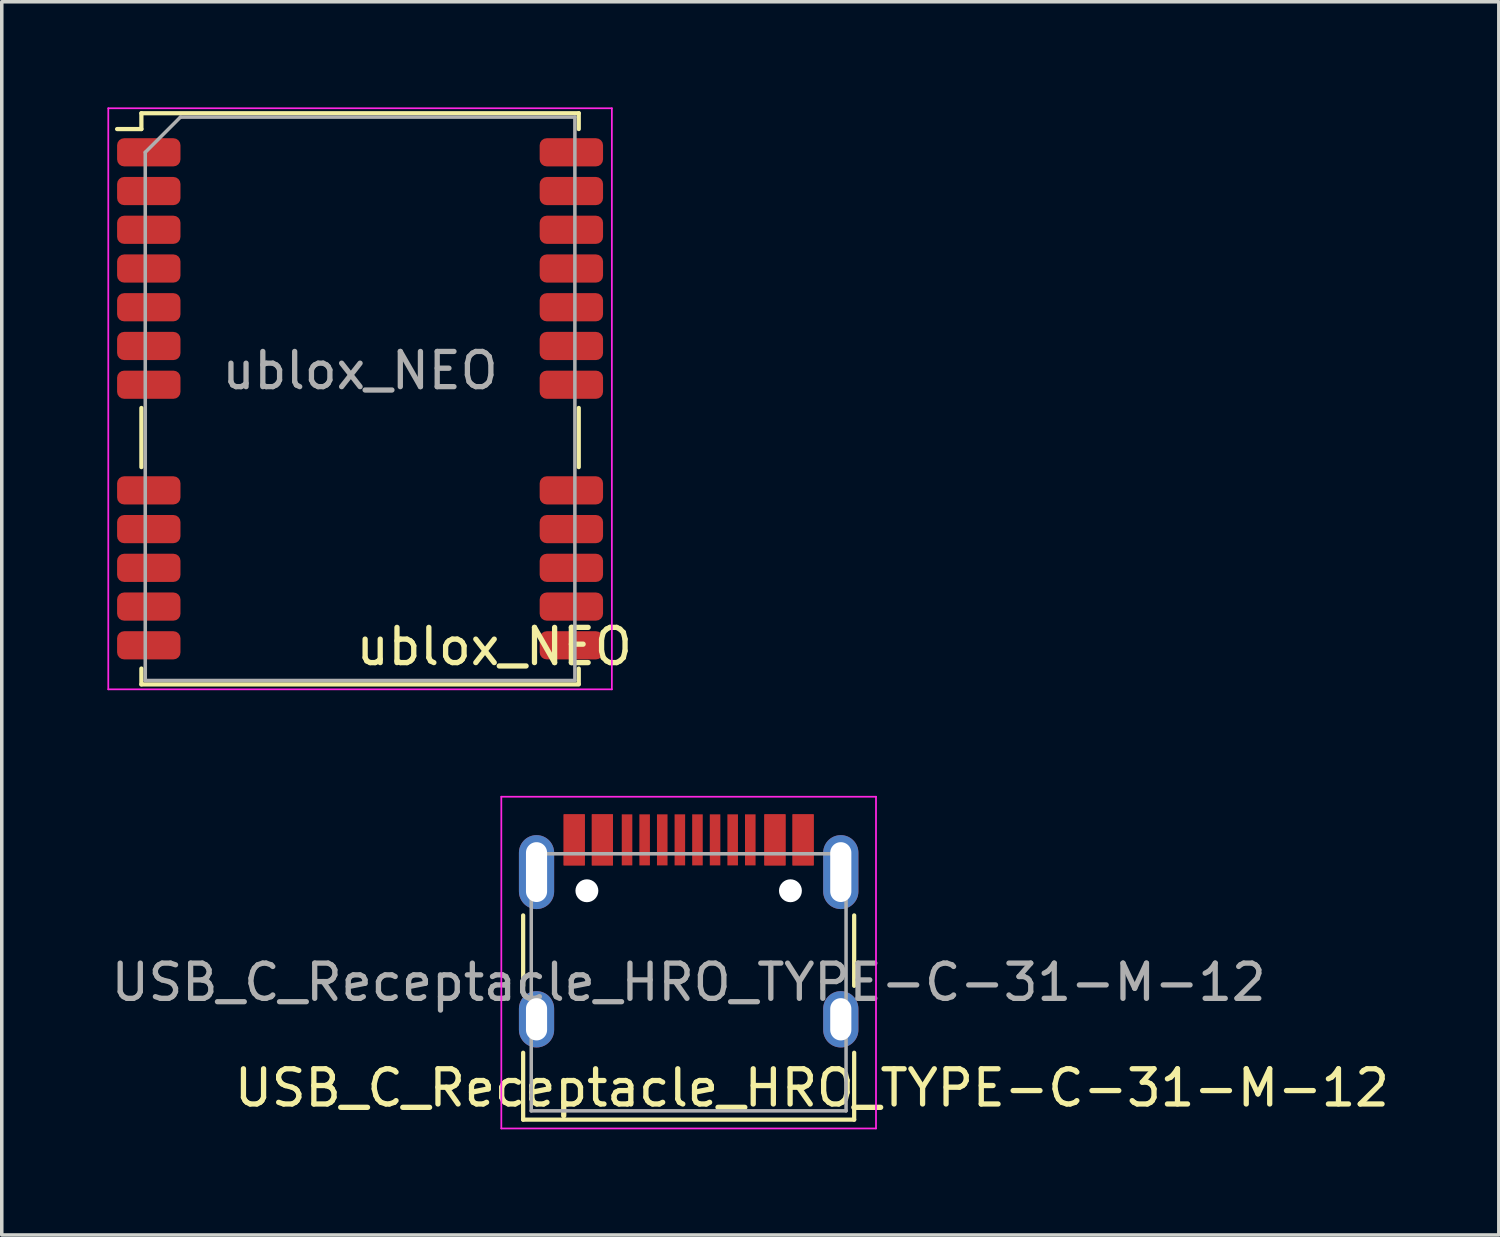
<source format=kicad_pcb>
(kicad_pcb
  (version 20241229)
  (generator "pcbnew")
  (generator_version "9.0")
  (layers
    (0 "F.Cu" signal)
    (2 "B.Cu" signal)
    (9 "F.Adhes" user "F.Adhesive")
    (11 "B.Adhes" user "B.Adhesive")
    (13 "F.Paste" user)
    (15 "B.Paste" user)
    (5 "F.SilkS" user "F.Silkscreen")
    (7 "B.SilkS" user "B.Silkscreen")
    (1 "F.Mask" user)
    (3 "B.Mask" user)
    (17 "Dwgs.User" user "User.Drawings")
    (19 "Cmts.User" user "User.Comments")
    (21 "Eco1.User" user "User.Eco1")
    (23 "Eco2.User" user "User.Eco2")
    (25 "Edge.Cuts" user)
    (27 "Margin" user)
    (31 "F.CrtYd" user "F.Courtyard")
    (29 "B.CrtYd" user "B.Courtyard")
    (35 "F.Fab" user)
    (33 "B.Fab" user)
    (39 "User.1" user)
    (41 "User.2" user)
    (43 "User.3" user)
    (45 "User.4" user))
  (footprint "ublox_NEO"
    (layer "F.Cu")
    (at 7.175 8.275)
    (property "Reference" "ublox_NEO" (at 3.81 7.036 0) (layer "F.SilkS") (effects (font (size 1 1) (thickness 0.15))))
    (attr smd)
    (fp_line (start -6.9 -7.66) (end -6.21 -7.66) (stroke (width 0.12) (type solid)) (layer "F.SilkS"))
    (fp_line (start -6.21 -8.11) (end -6.21 -7.66) (stroke (width 0.12) (type solid)) (layer "F.SilkS"))
    (fp_line (start -6.21 -8.11) (end 6.21 -8.11) (stroke (width 0.12) (type solid)) (layer "F.SilkS"))
    (fp_line (start -6.21 0.26) (end -6.21 1.94) (stroke (width 0.12) (type solid)) (layer "F.SilkS"))
    (fp_line (start -6.21 7.66) (end -6.21 8.11) (stroke (width 0.12) (type solid)) (layer "F.SilkS"))
    (fp_line (start -6.21 8.11) (end 6.21 8.11) (stroke (width 0.12) (type solid)) (layer "F.SilkS"))
    (fp_line (start 6.21 -8.11) (end 6.21 -7.66) (stroke (width 0.12) (type solid)) (layer "F.SilkS"))
    (fp_line (start 6.21 0.26) (end 6.21 1.94) (stroke (width 0.12) (type solid)) (layer "F.SilkS"))
    (fp_line (start 6.21 7.66) (end 6.21 8.1) (stroke (width 0.12) (type solid)) (layer "F.SilkS"))
    (fp_line (start -7.15 -8.25) (end -7.15 8.25) (stroke (width 0.05) (type solid)) (layer "F.CrtYd"))
    (fp_line (start -7.15 -8.25) (end 7.15 -8.25) (stroke (width 0.05) (type solid)) (layer "F.CrtYd"))
    (fp_line (start -7.15 8.25) (end 7.15 8.25) (stroke (width 0.05) (type solid)) (layer "F.CrtYd"))
    (fp_line (start 7.15 -8.25) (end 7.15 8.25) (stroke (width 0.05) (type solid)) (layer "F.CrtYd"))
    (fp_line (start -6.1 -7) (end -6.1 8) (stroke (width 0.1) (type solid)) (layer "F.Fab"))
    (fp_line (start -6.1 8) (end 6.1 8) (stroke (width 0.1) (type solid)) (layer "F.Fab"))
    (fp_line (start -5.1 -8) (end -6.1 -7) (stroke (width 0.1) (type solid)) (layer "F.Fab"))
    (fp_line (start -5.1 -8) (end 6.1 -8) (stroke (width 0.1) (type solid)) (layer "F.Fab"))
    (fp_line (start 6.1 -8) (end 6.1 8) (stroke (width 0.1) (type solid)) (layer "F.Fab"))
    (fp_text user "${REFERENCE}" (at 0 -0.8 0) (layer "F.Fab") (effects (font (size 1 1) (thickness 0.15))))
    (pad "1" smd roundrect (at -6 -7) (size 1.8 0.8) (layers "F.Cu" "F.Mask" "F.Paste") (roundrect_rratio 0.25))
    (pad "2" smd roundrect (at -6 -5.9) (size 1.8 0.8) (layers "F.Cu" "F.Mask" "F.Paste") (roundrect_rratio 0.25))
    (pad "3" smd roundrect (at -6 -4.8) (size 1.8 0.8) (layers "F.Cu" "F.Mask" "F.Paste") (roundrect_rratio 0.25))
    (pad "4" smd roundrect (at -6 -3.7) (size 1.8 0.8) (layers "F.Cu" "F.Mask" "F.Paste") (roundrect_rratio 0.25))
    (pad "5" smd roundrect (at -6 -2.6) (size 1.8 0.8) (layers "F.Cu" "F.Mask" "F.Paste") (roundrect_rratio 0.25))
    (pad "6" smd roundrect (at -6 -1.5) (size 1.8 0.8) (layers "F.Cu" "F.Mask" "F.Paste") (roundrect_rratio 0.25))
    (pad "7" smd roundrect (at -6 -0.4) (size 1.8 0.8) (layers "F.Cu" "F.Mask" "F.Paste") (roundrect_rratio 0.25))
    (pad "8" smd roundrect (at -6 2.6) (size 1.8 0.8) (layers "F.Cu" "F.Mask" "F.Paste") (roundrect_rratio 0.25))
    (pad "9" smd roundrect (at -6 3.7) (size 1.8 0.8) (layers "F.Cu" "F.Mask" "F.Paste") (roundrect_rratio 0.25))
    (pad "10" smd roundrect (at -6 4.8) (size 1.8 0.8) (layers "F.Cu" "F.Mask" "F.Paste") (roundrect_rratio 0.25))
    (pad "11" smd roundrect (at -6 5.9) (size 1.8 0.8) (layers "F.Cu" "F.Mask" "F.Paste") (roundrect_rratio 0.25))
    (pad "12" smd roundrect (at -6 7) (size 1.8 0.8) (layers "F.Cu" "F.Mask" "F.Paste") (roundrect_rratio 0.25))
    (pad "13" smd roundrect (at 6 7) (size 1.8 0.8) (layers "F.Cu" "F.Mask" "F.Paste") (roundrect_rratio 0.25))
    (pad "14" smd roundrect (at 6 5.9) (size 1.8 0.8) (layers "F.Cu" "F.Mask" "F.Paste") (roundrect_rratio 0.25))
    (pad "15" smd roundrect (at 6 4.8) (size 1.8 0.8) (layers "F.Cu" "F.Mask" "F.Paste") (roundrect_rratio 0.25))
    (pad "16" smd roundrect (at 6 3.7) (size 1.8 0.8) (layers "F.Cu" "F.Mask" "F.Paste") (roundrect_rratio 0.25))
    (pad "17" smd roundrect (at 6 2.6) (size 1.8 0.8) (layers "F.Cu" "F.Mask" "F.Paste") (roundrect_rratio 0.25))
    (pad "18" smd roundrect (at 6 -0.4) (size 1.8 0.8) (layers "F.Cu" "F.Mask" "F.Paste") (roundrect_rratio 0.25))
    (pad "19" smd roundrect (at 6 -1.5) (size 1.8 0.8) (layers "F.Cu" "F.Mask" "F.Paste") (roundrect_rratio 0.25))
    (pad "20" smd roundrect (at 6 -2.6) (size 1.8 0.8) (layers "F.Cu" "F.Mask" "F.Paste") (roundrect_rratio 0.25))
    (pad "21" smd roundrect (at 6 -3.7) (size 1.8 0.8) (layers "F.Cu" "F.Mask" "F.Paste") (roundrect_rratio 0.25))
    (pad "22" smd roundrect (at 6 -4.8) (size 1.8 0.8) (layers "F.Cu" "F.Mask" "F.Paste") (roundrect_rratio 0.25))
    (pad "23" smd roundrect (at 6 -5.9) (size 1.8 0.8) (layers "F.Cu" "F.Mask" "F.Paste") (roundrect_rratio 0.25))
    (pad "24" smd roundrect (at 6 -7) (size 1.8 0.8) (layers "F.Cu" "F.Mask" "F.Paste") (roundrect_rratio 0.25)))
  (footprint "USB_C_Receptacle_HRO_TYPE-C-31-M-12"
    (layer "F.Cu")
    (at 16.506 24.845)
    (property "Reference" "USB_C_Receptacle_HRO_TYPE-C-31-M-12" (at 3.5 3 180) (layer "F.SilkS") (effects (font (size 1 1) (thickness 0.15))))
    (attr smd)
    (fp_line (start -4.7 -1.9) (end -4.7 0.1) (stroke (width 0.12) (type solid)) (layer "F.SilkS"))
    (fp_line (start -4.7 2) (end -4.7 3.9) (stroke (width 0.12) (type solid)) (layer "F.SilkS"))
    (fp_line (start -4.7 3.9) (end 4.7 3.9) (stroke (width 0.12) (type solid)) (layer "F.SilkS"))
    (fp_line (start 4.7 -1.9) (end 4.7 0.1) (stroke (width 0.12) (type solid)) (layer "F.SilkS"))
    (fp_line (start 4.7 2) (end 4.7 3.9) (stroke (width 0.12) (type solid)) (layer "F.SilkS"))
    (fp_line (start -5.32 -5.27) (end -5.32 4.15) (stroke (width 0.05) (type solid)) (layer "F.CrtYd"))
    (fp_line (start -5.32 -5.27) (end 5.32 -5.27) (stroke (width 0.05) (type solid)) (layer "F.CrtYd"))
    (fp_line (start -5.32 4.15) (end 5.32 4.15) (stroke (width 0.05) (type solid)) (layer "F.CrtYd"))
    (fp_line (start 5.32 -5.27) (end 5.32 4.15) (stroke (width 0.05) (type solid)) (layer "F.CrtYd"))
    (fp_line (start -4.47 -3.65) (end -4.47 3.65) (stroke (width 0.1) (type solid)) (layer "F.Fab"))
    (fp_line (start -4.47 -3.65) (end 4.47 -3.65) (stroke (width 0.1) (type solid)) (layer "F.Fab"))
    (fp_line (start -4.47 3.65) (end 4.47 3.65) (stroke (width 0.1) (type solid)) (layer "F.Fab"))
    (fp_line (start 4.47 -3.65) (end 4.47 3.65) (stroke (width 0.1) (type solid)) (layer "F.Fab"))
    (fp_text user "${REFERENCE}" (at 0 0 180) (layer "F.Fab") (effects (font (size 1 1) (thickness 0.15))))
    (pad "" np_thru_hole circle (at -2.89 -2.6) (size 0.65 0.65) (drill 0.65) (layers "*.Cu" "*.Mask"))
    (pad "" np_thru_hole circle (at 2.89 -2.6) (size 0.65 0.65) (drill 0.65) (layers "*.Cu" "*.Mask"))
    (pad "A1" smd rect (at -3.25 -4.045) (size 0.6 1.45) (layers "F.Cu" "F.Mask" "F.Paste"))
    (pad "A4" smd rect (at -2.45 -4.045) (size 0.6 1.45) (layers "F.Cu" "F.Mask" "F.Paste"))
    (pad "A5" smd rect (at -1.25 -4.045) (size 0.3 1.45) (layers "F.Cu" "F.Mask" "F.Paste"))
    (pad "A6" smd rect (at -0.25 -4.045) (size 0.3 1.45) (layers "F.Cu" "F.Mask" "F.Paste"))
    (pad "A7" smd rect (at 0.25 -4.045) (size 0.3 1.45) (layers "F.Cu" "F.Mask" "F.Paste"))
    (pad "A8" smd rect (at 1.25 -4.045) (size 0.3 1.45) (layers "F.Cu" "F.Mask" "F.Paste"))
    (pad "A9" smd rect (at 2.45 -4.045) (size 0.6 1.45) (layers "F.Cu" "F.Mask" "F.Paste"))
    (pad "A12" smd rect (at 3.25 -4.045) (size 0.6 1.45) (layers "F.Cu" "F.Mask" "F.Paste"))
    (pad "B1" smd rect (at 3.25 -4.045) (size 0.6 1.45) (layers "F.Cu" "F.Mask" "F.Paste"))
    (pad "B4" smd rect (at 2.45 -4.045) (size 0.6 1.45) (layers "F.Cu" "F.Mask" "F.Paste"))
    (pad "B5" smd rect (at 1.75 -4.045) (size 0.3 1.45) (layers "F.Cu" "F.Mask" "F.Paste"))
    (pad "B6" smd rect (at 0.75 -4.045) (size 0.3 1.45) (layers "F.Cu" "F.Mask" "F.Paste"))
    (pad "B7" smd rect (at -0.75 -4.045) (size 0.3 1.45) (layers "F.Cu" "F.Mask" "F.Paste"))
    (pad "B8" smd rect (at -1.75 -4.045) (size 0.3 1.45) (layers "F.Cu" "F.Mask" "F.Paste"))
    (pad "B9" smd rect (at -2.45 -4.045) (size 0.6 1.45) (layers "F.Cu" "F.Mask" "F.Paste"))
    (pad "B12" smd rect (at -3.25 -4.045) (size 0.6 1.45) (layers "F.Cu" "F.Mask" "F.Paste"))
    (pad "S1" thru_hole oval (at -4.32 -3.13) (size 1 2.1) (drill oval 0.6 1.7) (layers "*.Cu" "*.Mask"))
    (pad "S1" thru_hole oval (at -4.32 1.05) (size 1 1.6) (drill oval 0.6 1.2) (layers "*.Cu" "*.Mask"))
    (pad "S1" thru_hole oval (at 4.32 -3.13) (size 1 2.1) (drill oval 0.6 1.7) (layers "*.Cu" "*.Mask"))
    (pad "S1" thru_hole oval (at 4.32 1.05) (size 1 1.6) (drill oval 0.6 1.2) (layers "*.Cu" "*.Mask")))
  (gr_rect
    (start -3 -3)
    (end 39.512 32.02)
    (stroke (width 0.1) (type default))
    (fill no)
    (layer "Edge.Cuts")))
</source>
